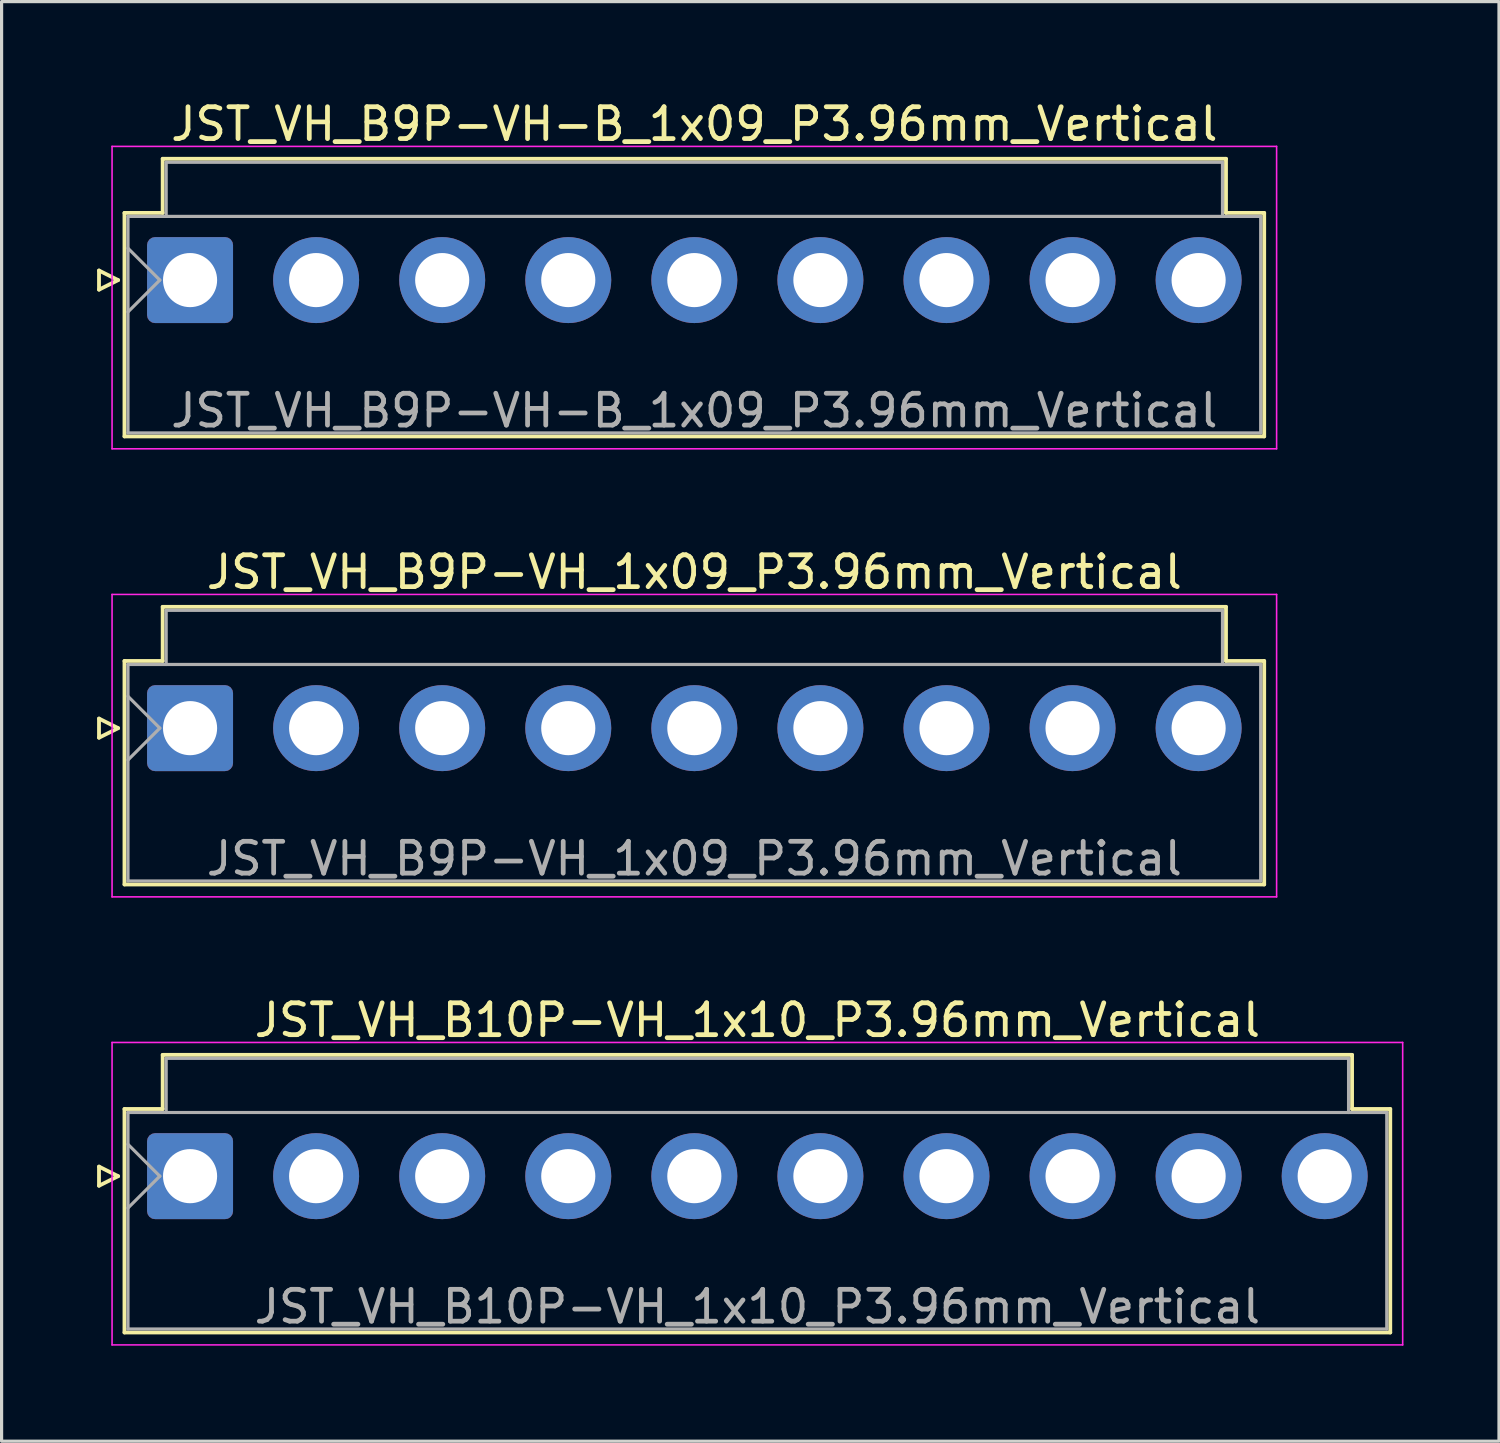
<source format=kicad_pcb>
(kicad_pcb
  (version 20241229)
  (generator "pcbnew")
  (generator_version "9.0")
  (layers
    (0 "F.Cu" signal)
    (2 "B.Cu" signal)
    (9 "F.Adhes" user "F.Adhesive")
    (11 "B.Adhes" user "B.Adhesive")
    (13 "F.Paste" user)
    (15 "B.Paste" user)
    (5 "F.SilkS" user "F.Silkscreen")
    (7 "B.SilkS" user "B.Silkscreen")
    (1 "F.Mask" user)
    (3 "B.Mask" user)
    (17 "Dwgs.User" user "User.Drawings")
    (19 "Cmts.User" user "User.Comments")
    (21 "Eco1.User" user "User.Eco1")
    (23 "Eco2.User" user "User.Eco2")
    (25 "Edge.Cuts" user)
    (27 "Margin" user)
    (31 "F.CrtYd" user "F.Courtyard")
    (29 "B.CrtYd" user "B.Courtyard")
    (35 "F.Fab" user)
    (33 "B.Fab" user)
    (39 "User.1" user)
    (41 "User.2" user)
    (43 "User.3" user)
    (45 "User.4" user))
  (footprint "JST_VH_B9P-VH_1x09_P3.96mm_Vertical"
    (layer "F.Cu")
    (at 2.92 19.822)
    (property "Reference" "JST_VH_B9P-VH_1x09_P3.96mm_Vertical" (at 15.84 -4.9 0) (layer "F.SilkS") (effects (font (size 1 1) (thickness 0.15))))
    (attr through_hole)
    (fp_line (start -2.86 -0.3) (end -2.26 0) (stroke (width 0.12) (type solid)) (layer "F.SilkS"))
    (fp_line (start -2.86 0.3) (end -2.86 -0.3) (stroke (width 0.12) (type solid)) (layer "F.SilkS"))
    (fp_line (start -2.26 0) (end -2.86 0.3) (stroke (width 0.12) (type solid)) (layer "F.SilkS"))
    (fp_line (start -2.06 -2.11) (end -0.86 -2.11) (stroke (width 0.12) (type solid)) (layer "F.SilkS"))
    (fp_line (start -2.06 4.91) (end -2.06 -2.11) (stroke (width 0.12) (type solid)) (layer "F.SilkS"))
    (fp_line (start -0.86 -3.81) (end 32.54 -3.81) (stroke (width 0.12) (type solid)) (layer "F.SilkS"))
    (fp_line (start -0.86 -2.11) (end -0.86 -3.81) (stroke (width 0.12) (type solid)) (layer "F.SilkS"))
    (fp_line (start 32.54 -3.81) (end 32.54 -2.11) (stroke (width 0.12) (type solid)) (layer "F.SilkS"))
    (fp_line (start 32.54 -2.11) (end 33.74 -2.11) (stroke (width 0.12) (type solid)) (layer "F.SilkS"))
    (fp_line (start 33.74 -2.11) (end 33.74 4.91) (stroke (width 0.12) (type solid)) (layer "F.SilkS"))
    (fp_line (start 33.74 4.91) (end -2.06 4.91) (stroke (width 0.12) (type solid)) (layer "F.SilkS"))
    (fp_line (start -2.45 -4.2) (end -2.45 5.3) (stroke (width 0.05) (type solid)) (layer "F.CrtYd"))
    (fp_line (start -2.45 5.3) (end 34.13 5.3) (stroke (width 0.05) (type solid)) (layer "F.CrtYd"))
    (fp_line (start 34.13 -4.2) (end -2.45 -4.2) (stroke (width 0.05) (type solid)) (layer "F.CrtYd"))
    (fp_line (start 34.13 5.3) (end 34.13 -4.2) (stroke (width 0.05) (type solid)) (layer "F.CrtYd"))
    (fp_line (start -1.95 -2) (end -1.95 4.8) (stroke (width 0.1) (type solid)) (layer "F.Fab"))
    (fp_line (start -1.95 -1) (end -0.95 0) (stroke (width 0.1) (type solid)) (layer "F.Fab"))
    (fp_line (start -1.95 1) (end -0.95 0) (stroke (width 0.1) (type solid)) (layer "F.Fab"))
    (fp_line (start -1.95 4.8) (end 33.63 4.8) (stroke (width 0.1) (type solid)) (layer "F.Fab"))
    (fp_line (start -0.75 -3.7) (end 32.43 -3.7) (stroke (width 0.1) (type solid)) (layer "F.Fab"))
    (fp_line (start -0.75 -2) (end -0.75 -3.7) (stroke (width 0.1) (type solid)) (layer "F.Fab"))
    (fp_line (start 32.43 -3.7) (end 32.43 -2) (stroke (width 0.1) (type solid)) (layer "F.Fab"))
    (fp_line (start 33.63 -2) (end -1.95 -2) (stroke (width 0.1) (type solid)) (layer "F.Fab"))
    (fp_line (start 33.63 4.8) (end 33.63 -2) (stroke (width 0.1) (type solid)) (layer "F.Fab"))
    (fp_text user "${REFERENCE}" (at 15.84 4.1 0) (layer "F.Fab") (effects (font (size 1 1) (thickness 0.15))))
    (pad "1" thru_hole roundrect (at 0 0) (size 2.7 2.7) (drill 1.7) (layers "*.Cu" "*.Mask") (roundrect_rratio 0.093))
    (pad "2" thru_hole circle (at 3.96 0) (size 2.7 2.7) (drill 1.7) (layers "*.Cu" "*.Mask"))
    (pad "3" thru_hole circle (at 7.92 0) (size 2.7 2.7) (drill 1.7) (layers "*.Cu" "*.Mask"))
    (pad "4" thru_hole circle (at 11.88 0) (size 2.7 2.7) (drill 1.7) (layers "*.Cu" "*.Mask"))
    (pad "5" thru_hole circle (at 15.84 0) (size 2.7 2.7) (drill 1.7) (layers "*.Cu" "*.Mask"))
    (pad "6" thru_hole circle (at 19.8 0) (size 2.7 2.7) (drill 1.7) (layers "*.Cu" "*.Mask"))
    (pad "7" thru_hole circle (at 23.76 0) (size 2.7 2.7) (drill 1.7) (layers "*.Cu" "*.Mask"))
    (pad "8" thru_hole circle (at 27.72 0) (size 2.7 2.7) (drill 1.7) (layers "*.Cu" "*.Mask"))
    (pad "9" thru_hole circle (at 31.68 0) (size 2.7 2.7) (drill 1.7) (layers "*.Cu" "*.Mask")))
  (footprint "JST_VH_B10P-VH_1x10_P3.96mm_Vertical"
    (layer "F.Cu")
    (at 2.92 33.895)
    (property "Reference" "JST_VH_B10P-VH_1x10_P3.96mm_Vertical" (at 17.82 -4.9 0) (layer "F.SilkS") (effects (font (size 1 1) (thickness 0.15))))
    (attr through_hole)
    (fp_line (start -2.86 -0.3) (end -2.26 0) (stroke (width 0.12) (type solid)) (layer "F.SilkS"))
    (fp_line (start -2.86 0.3) (end -2.86 -0.3) (stroke (width 0.12) (type solid)) (layer "F.SilkS"))
    (fp_line (start -2.26 0) (end -2.86 0.3) (stroke (width 0.12) (type solid)) (layer "F.SilkS"))
    (fp_line (start -2.06 -2.11) (end -0.86 -2.11) (stroke (width 0.12) (type solid)) (layer "F.SilkS"))
    (fp_line (start -2.06 4.91) (end -2.06 -2.11) (stroke (width 0.12) (type solid)) (layer "F.SilkS"))
    (fp_line (start -0.86 -3.81) (end 36.5 -3.81) (stroke (width 0.12) (type solid)) (layer "F.SilkS"))
    (fp_line (start -0.86 -2.11) (end -0.86 -3.81) (stroke (width 0.12) (type solid)) (layer "F.SilkS"))
    (fp_line (start 36.5 -3.81) (end 36.5 -2.11) (stroke (width 0.12) (type solid)) (layer "F.SilkS"))
    (fp_line (start 36.5 -2.11) (end 37.7 -2.11) (stroke (width 0.12) (type solid)) (layer "F.SilkS"))
    (fp_line (start 37.7 -2.11) (end 37.7 4.91) (stroke (width 0.12) (type solid)) (layer "F.SilkS"))
    (fp_line (start 37.7 4.91) (end -2.06 4.91) (stroke (width 0.12) (type solid)) (layer "F.SilkS"))
    (fp_line (start -2.45 -4.2) (end -2.45 5.3) (stroke (width 0.05) (type solid)) (layer "F.CrtYd"))
    (fp_line (start -2.45 5.3) (end 38.09 5.3) (stroke (width 0.05) (type solid)) (layer "F.CrtYd"))
    (fp_line (start 38.09 -4.2) (end -2.45 -4.2) (stroke (width 0.05) (type solid)) (layer "F.CrtYd"))
    (fp_line (start 38.09 5.3) (end 38.09 -4.2) (stroke (width 0.05) (type solid)) (layer "F.CrtYd"))
    (fp_line (start -1.95 -2) (end -1.95 4.8) (stroke (width 0.1) (type solid)) (layer "F.Fab"))
    (fp_line (start -1.95 -1) (end -0.95 0) (stroke (width 0.1) (type solid)) (layer "F.Fab"))
    (fp_line (start -1.95 1) (end -0.95 0) (stroke (width 0.1) (type solid)) (layer "F.Fab"))
    (fp_line (start -1.95 4.8) (end 37.59 4.8) (stroke (width 0.1) (type solid)) (layer "F.Fab"))
    (fp_line (start -0.75 -3.7) (end 36.39 -3.7) (stroke (width 0.1) (type solid)) (layer "F.Fab"))
    (fp_line (start -0.75 -2) (end -0.75 -3.7) (stroke (width 0.1) (type solid)) (layer "F.Fab"))
    (fp_line (start 36.39 -3.7) (end 36.39 -2) (stroke (width 0.1) (type solid)) (layer "F.Fab"))
    (fp_line (start 37.59 -2) (end -1.95 -2) (stroke (width 0.1) (type solid)) (layer "F.Fab"))
    (fp_line (start 37.59 4.8) (end 37.59 -2) (stroke (width 0.1) (type solid)) (layer "F.Fab"))
    (fp_text user "${REFERENCE}" (at 17.82 4.1 0) (layer "F.Fab") (effects (font (size 1 1) (thickness 0.15))))
    (pad "1" thru_hole roundrect (at 0 0) (size 2.7 2.7) (drill 1.7) (layers "*.Cu" "*.Mask") (roundrect_rratio 0.093))
    (pad "2" thru_hole circle (at 3.96 0) (size 2.7 2.7) (drill 1.7) (layers "*.Cu" "*.Mask"))
    (pad "3" thru_hole circle (at 7.92 0) (size 2.7 2.7) (drill 1.7) (layers "*.Cu" "*.Mask"))
    (pad "4" thru_hole circle (at 11.88 0) (size 2.7 2.7) (drill 1.7) (layers "*.Cu" "*.Mask"))
    (pad "5" thru_hole circle (at 15.84 0) (size 2.7 2.7) (drill 1.7) (layers "*.Cu" "*.Mask"))
    (pad "6" thru_hole circle (at 19.8 0) (size 2.7 2.7) (drill 1.7) (layers "*.Cu" "*.Mask"))
    (pad "7" thru_hole circle (at 23.76 0) (size 2.7 2.7) (drill 1.7) (layers "*.Cu" "*.Mask"))
    (pad "8" thru_hole circle (at 27.72 0) (size 2.7 2.7) (drill 1.7) (layers "*.Cu" "*.Mask"))
    (pad "9" thru_hole circle (at 31.68 0) (size 2.7 2.7) (drill 1.7) (layers "*.Cu" "*.Mask"))
    (pad "10" thru_hole circle (at 35.64 0) (size 2.7 2.7) (drill 1.7) (layers "*.Cu" "*.Mask")))
  (footprint "JST_VH_B9P-VH-B_1x09_P3.96mm_Vertical"
    (layer "F.Cu")
    (at 2.92 5.748)
    (property "Reference" "JST_VH_B9P-VH-B_1x09_P3.96mm_Vertical" (at 15.84 -4.9 0) (layer "F.SilkS") (effects (font (size 1 1) (thickness 0.15))))
    (attr through_hole)
    (fp_line (start -2.86 -0.3) (end -2.26 0) (stroke (width 0.12) (type solid)) (layer "F.SilkS"))
    (fp_line (start -2.86 0.3) (end -2.86 -0.3) (stroke (width 0.12) (type solid)) (layer "F.SilkS"))
    (fp_line (start -2.26 0) (end -2.86 0.3) (stroke (width 0.12) (type solid)) (layer "F.SilkS"))
    (fp_line (start -2.06 -2.11) (end -0.86 -2.11) (stroke (width 0.12) (type solid)) (layer "F.SilkS"))
    (fp_line (start -2.06 4.91) (end -2.06 -2.11) (stroke (width 0.12) (type solid)) (layer "F.SilkS"))
    (fp_line (start -0.86 -3.81) (end 32.54 -3.81) (stroke (width 0.12) (type solid)) (layer "F.SilkS"))
    (fp_line (start -0.86 -2.11) (end -0.86 -3.81) (stroke (width 0.12) (type solid)) (layer "F.SilkS"))
    (fp_line (start 32.54 -3.81) (end 32.54 -2.11) (stroke (width 0.12) (type solid)) (layer "F.SilkS"))
    (fp_line (start 32.54 -2.11) (end 33.74 -2.11) (stroke (width 0.12) (type solid)) (layer "F.SilkS"))
    (fp_line (start 33.74 -2.11) (end 33.74 4.91) (stroke (width 0.12) (type solid)) (layer "F.SilkS"))
    (fp_line (start 33.74 4.91) (end -2.06 4.91) (stroke (width 0.12) (type solid)) (layer "F.SilkS"))
    (fp_line (start -2.45 -4.2) (end -2.45 5.3) (stroke (width 0.05) (type solid)) (layer "F.CrtYd"))
    (fp_line (start -2.45 5.3) (end 34.13 5.3) (stroke (width 0.05) (type solid)) (layer "F.CrtYd"))
    (fp_line (start 34.13 -4.2) (end -2.45 -4.2) (stroke (width 0.05) (type solid)) (layer "F.CrtYd"))
    (fp_line (start 34.13 5.3) (end 34.13 -4.2) (stroke (width 0.05) (type solid)) (layer "F.CrtYd"))
    (fp_line (start -1.95 -2) (end -1.95 4.8) (stroke (width 0.1) (type solid)) (layer "F.Fab"))
    (fp_line (start -1.95 -1) (end -0.95 0) (stroke (width 0.1) (type solid)) (layer "F.Fab"))
    (fp_line (start -1.95 1) (end -0.95 0) (stroke (width 0.1) (type solid)) (layer "F.Fab"))
    (fp_line (start -1.95 4.8) (end 33.63 4.8) (stroke (width 0.1) (type solid)) (layer "F.Fab"))
    (fp_line (start -0.75 -3.7) (end 32.43 -3.7) (stroke (width 0.1) (type solid)) (layer "F.Fab"))
    (fp_line (start -0.75 -2) (end -0.75 -3.7) (stroke (width 0.1) (type solid)) (layer "F.Fab"))
    (fp_line (start 32.43 -3.7) (end 32.43 -2) (stroke (width 0.1) (type solid)) (layer "F.Fab"))
    (fp_line (start 33.63 -2) (end -1.95 -2) (stroke (width 0.1) (type solid)) (layer "F.Fab"))
    (fp_line (start 33.63 4.8) (end 33.63 -2) (stroke (width 0.1) (type solid)) (layer "F.Fab"))
    (fp_text user "${REFERENCE}" (at 15.84 4.1 0) (layer "F.Fab") (effects (font (size 1 1) (thickness 0.15))))
    (pad "1" thru_hole roundrect (at 0 0) (size 2.7 2.7) (drill 1.7) (layers "*.Cu" "*.Mask") (roundrect_rratio 0.093))
    (pad "2" thru_hole circle (at 3.96 0) (size 2.7 2.7) (drill 1.7) (layers "*.Cu" "*.Mask"))
    (pad "3" thru_hole circle (at 7.92 0) (size 2.7 2.7) (drill 1.7) (layers "*.Cu" "*.Mask"))
    (pad "4" thru_hole circle (at 11.88 0) (size 2.7 2.7) (drill 1.7) (layers "*.Cu" "*.Mask"))
    (pad "5" thru_hole circle (at 15.84 0) (size 2.7 2.7) (drill 1.7) (layers "*.Cu" "*.Mask"))
    (pad "6" thru_hole circle (at 19.8 0) (size 2.7 2.7) (drill 1.7) (layers "*.Cu" "*.Mask"))
    (pad "7" thru_hole circle (at 23.76 0) (size 2.7 2.7) (drill 1.7) (layers "*.Cu" "*.Mask"))
    (pad "8" thru_hole circle (at 27.72 0) (size 2.7 2.7) (drill 1.7) (layers "*.Cu" "*.Mask"))
    (pad "9" thru_hole circle (at 31.68 0) (size 2.7 2.7) (drill 1.7) (layers "*.Cu" "*.Mask")))
  (gr_rect
    (start -3 -3)
    (end 44.035 42.22)
    (stroke (width 0.1) (type default))
    (fill no)
    (layer "Edge.Cuts")))
</source>
